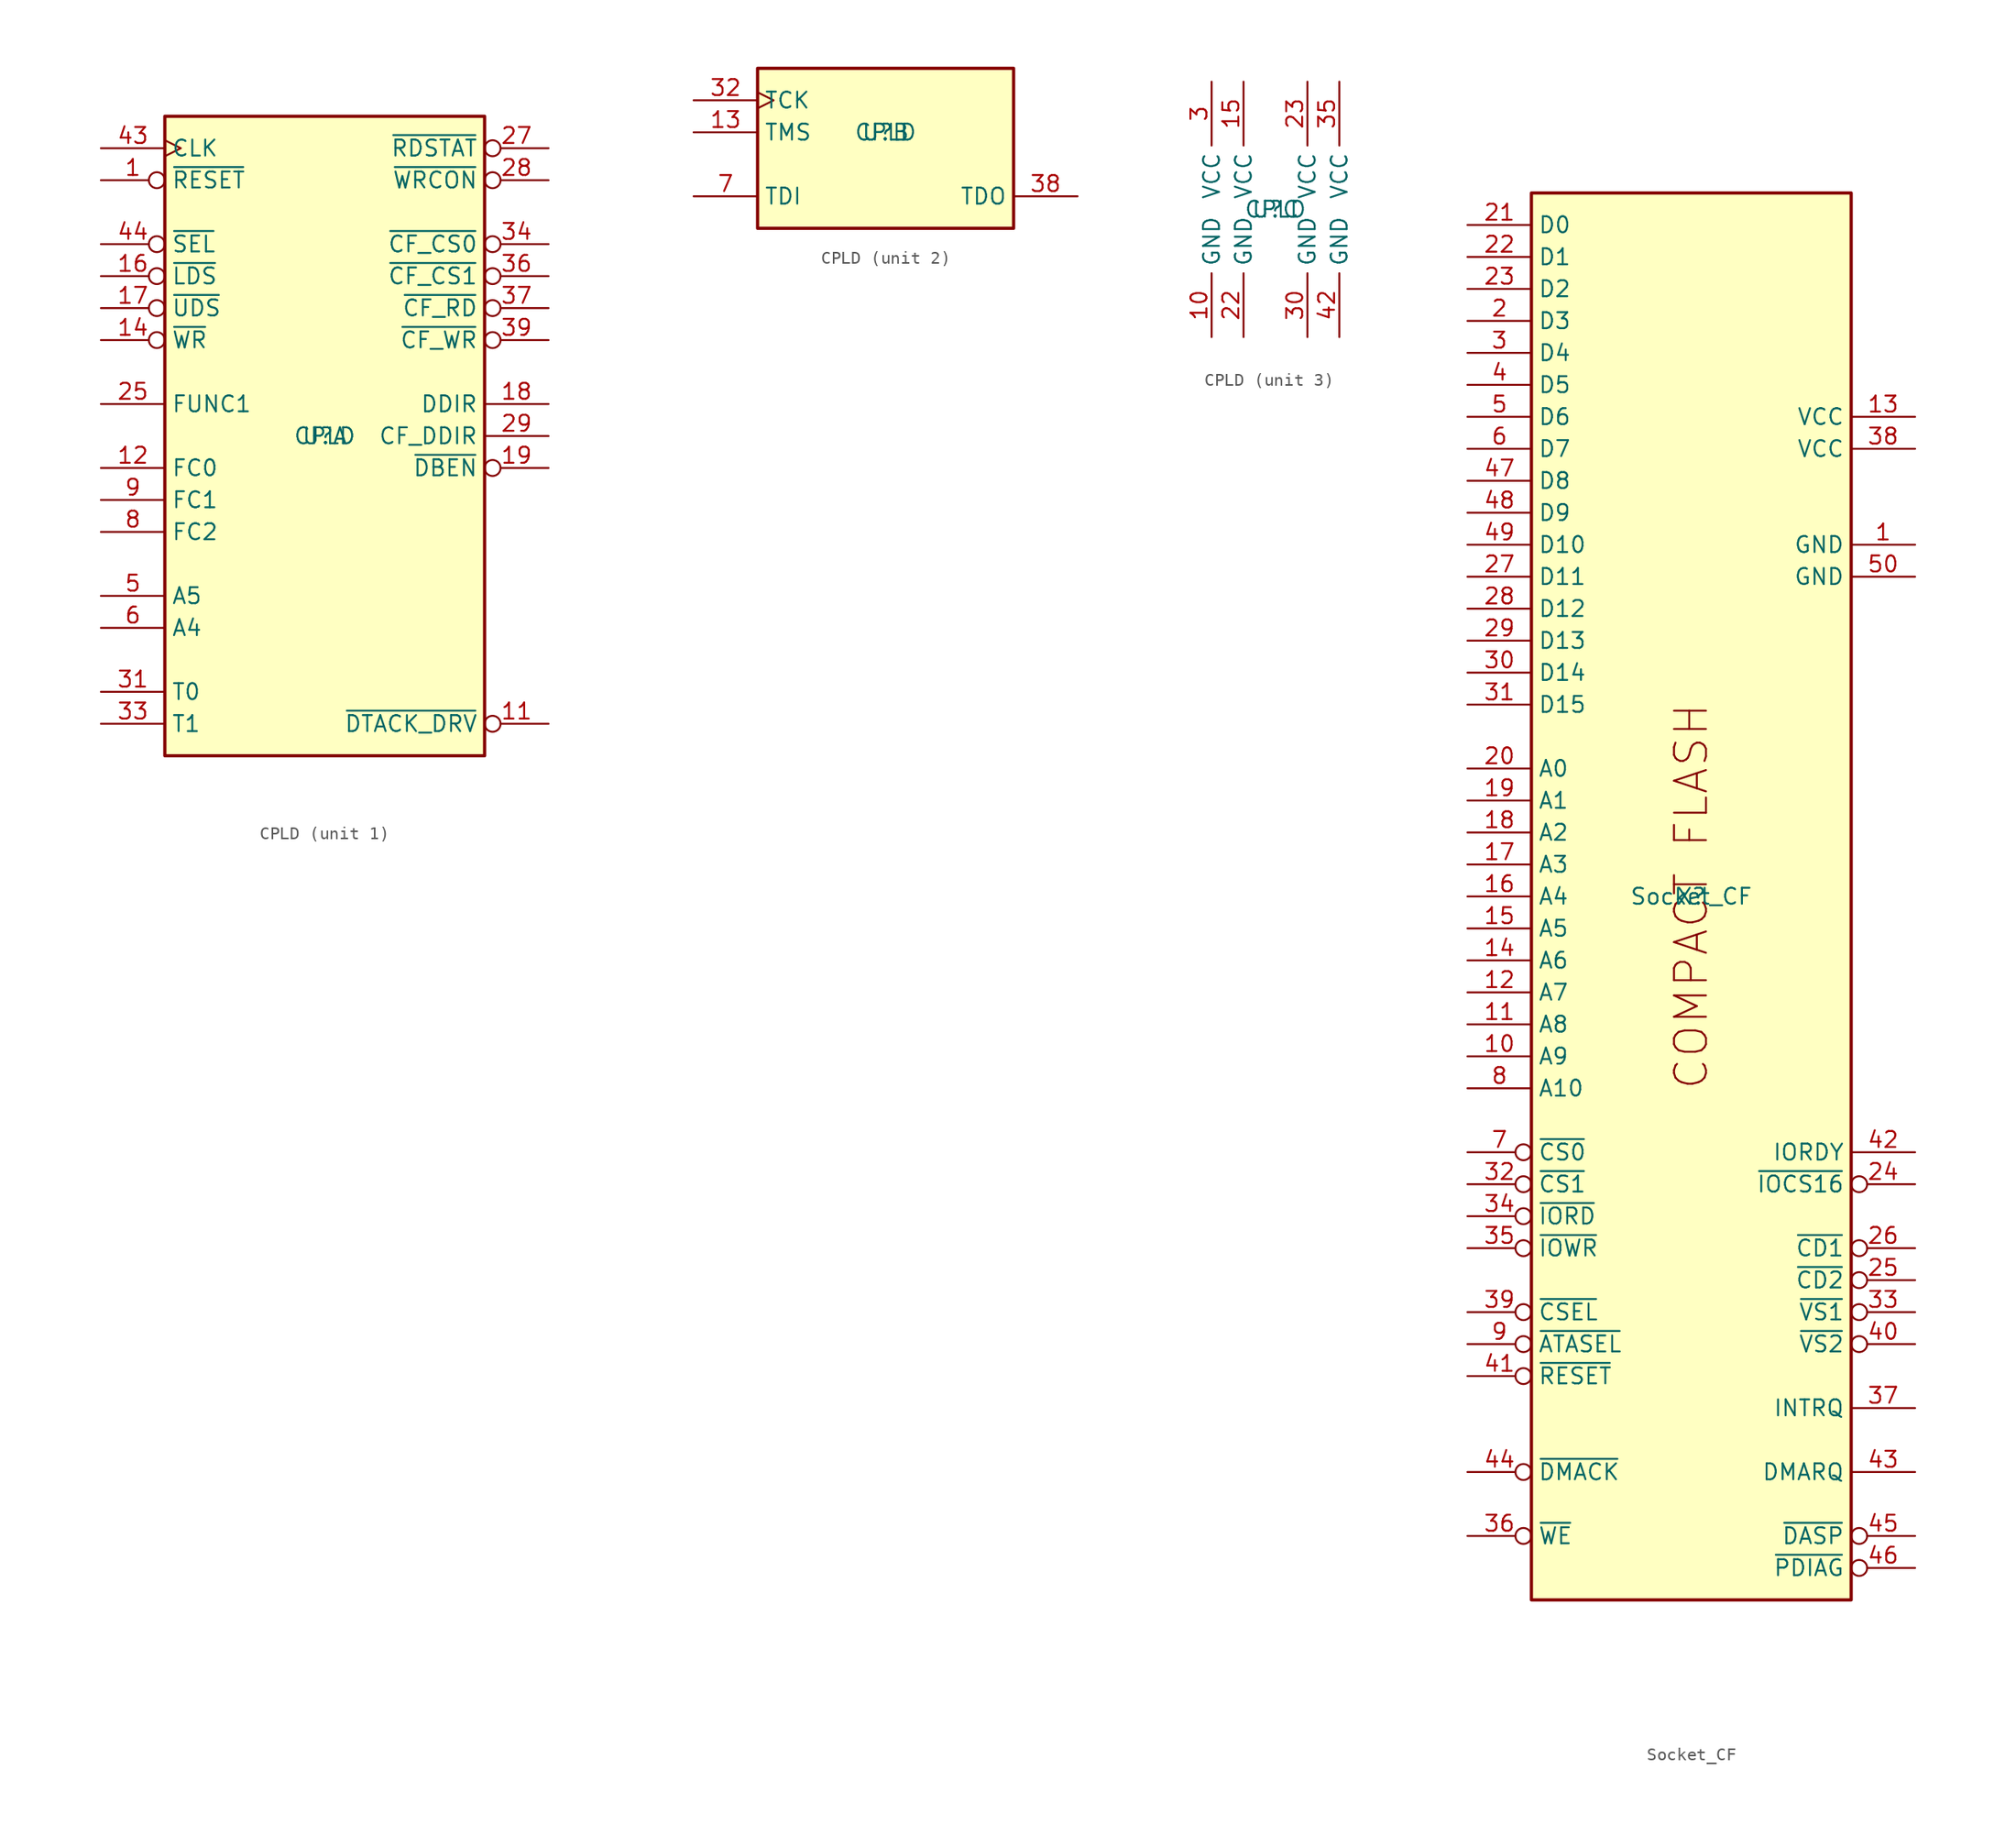
<source format=kicad_sym>
(kicad_symbol_lib
  (version 20220914)
  (generator kicad_symbol_editor)
  (symbol "CPLD"
    (property "Reference" "U"
      (at 0 0 0)
      (effects (font (size 1.27 1.27))))
    (property "Value" "CPLD"
      (at 0 0 0)
      (effects (font (size 1.27 1.27))))
    (property "ki_locked" ""
      (at 0 0 0)
      (effects (font (size 1.27 1.27))))
    (symbol "CPLD_1_1"
      (rectangle (start -12.7 25.4) (end 12.7 -25.4) (stroke (width 0.254) (type default)) (fill (type background)))
      (pin input inverted (at -17.78 20.32 0) (length 5.08) (name "~{RESET}" (effects (font (size 1.27 1.27)))) (number "1" (effects (font (size 1.27 1.27)))))
      (pin output inverted (at 17.78 -22.86 180) (length 5.08) (name "~{DTACK_DRV}" (effects (font (size 1.27 1.27)))) (number "11" (effects (font (size 1.27 1.27)))))
      (pin input line (at -17.78 -2.54 0) (length 5.08) (name "FC0" (effects (font (size 1.27 1.27)))) (number "12" (effects (font (size 1.27 1.27)))))
      (pin input inverted (at -17.78 7.62 0) (length 5.08) (name "~{WR}" (effects (font (size 1.27 1.27)))) (number "14" (effects (font (size 1.27 1.27)))))
      (pin input inverted (at -17.78 12.7 0) (length 5.08) (name "~{LDS}" (effects (font (size 1.27 1.27)))) (number "16" (effects (font (size 1.27 1.27)))))
      (pin input inverted (at -17.78 10.16 0) (length 5.08) (name "~{UDS}" (effects (font (size 1.27 1.27)))) (number "17" (effects (font (size 1.27 1.27)))))
      (pin output line (at 17.78 2.54 180) (length 5.08) (name "DDIR" (effects (font (size 1.27 1.27)))) (number "18" (effects (font (size 1.27 1.27)))))
      (pin output inverted (at 17.78 -2.54 180) (length 5.08) (name "~{DBEN}" (effects (font (size 1.27 1.27)))) (number "19" (effects (font (size 1.27 1.27)))))
      (pin input line (at -17.78 2.54 0) (length 5.08) (name "FUNC1" (effects (font (size 1.27 1.27)))) (number "25" (effects (font (size 1.27 1.27)))))
      (pin output inverted (at 17.78 22.86 180) (length 5.08) (name "~{RDSTAT}" (effects (font (size 1.27 1.27)))) (number "27" (effects (font (size 1.27 1.27)))))
      (pin output inverted (at 17.78 20.32 180) (length 5.08) (name "~{WRCON}" (effects (font (size 1.27 1.27)))) (number "28" (effects (font (size 1.27 1.27)))))
      (pin output line (at 17.78 0 180) (length 5.08) (name "CF_DDIR" (effects (font (size 1.27 1.27)))) (number "29" (effects (font (size 1.27 1.27)))))
      (pin input line (at -17.78 -20.32 0) (length 5.08) (name "T0" (effects (font (size 1.27 1.27)))) (number "31" (effects (font (size 1.27 1.27)))))
      (pin input line (at -17.78 -22.86 0) (length 5.08) (name "T1" (effects (font (size 1.27 1.27)))) (number "33" (effects (font (size 1.27 1.27)))))
      (pin output inverted (at 17.78 15.24 180) (length 5.08) (name "~{CF_CS0}" (effects (font (size 1.27 1.27)))) (number "34" (effects (font (size 1.27 1.27)))))
      (pin output inverted (at 17.78 12.7 180) (length 5.08) (name "~{CF_CS1}" (effects (font (size 1.27 1.27)))) (number "36" (effects (font (size 1.27 1.27)))))
      (pin output inverted (at 17.78 10.16 180) (length 5.08) (name "~{CF_RD}" (effects (font (size 1.27 1.27)))) (number "37" (effects (font (size 1.27 1.27)))))
      (pin output inverted (at 17.78 7.62 180) (length 5.08) (name "~{CF_WR}" (effects (font (size 1.27 1.27)))) (number "39" (effects (font (size 1.27 1.27)))))
      (pin input clock (at -17.78 22.86 0) (length 5.08) (name "CLK" (effects (font (size 1.27 1.27)))) (number "43" (effects (font (size 1.27 1.27)))))
      (pin input inverted (at -17.78 15.24 0) (length 5.08) (name "~{SEL}" (effects (font (size 1.27 1.27)))) (number "44" (effects (font (size 1.27 1.27)))))
      (pin input line (at -17.78 -12.7 0) (length 5.08) (name "A5" (effects (font (size 1.27 1.27)))) (number "5" (effects (font (size 1.27 1.27)))))
      (pin input line (at -17.78 -15.24 0) (length 5.08) (name "A4" (effects (font (size 1.27 1.27)))) (number "6" (effects (font (size 1.27 1.27)))))
      (pin input line (at -17.78 -7.62 0) (length 5.08) (name "FC2" (effects (font (size 1.27 1.27)))) (number "8" (effects (font (size 1.27 1.27)))))
      (pin input line (at -17.78 -5.08 0) (length 5.08) (name "FC1" (effects (font (size 1.27 1.27)))) (number "9" (effects (font (size 1.27 1.27))))))
    (symbol "CPLD_2_1"
      (rectangle (start -10.16 5.08) (end 10.16 -7.62) (stroke (width 0.254) (type default)) (fill (type background)))
      (pin input line (at -15.24 0 0) (length 5.08) (name "TMS" (effects (font (size 1.27 1.27)))) (number "13" (effects (font (size 1.27 1.27)))))
      (pin input clock (at -15.24 2.54 0) (length 5.08) (name "TCK" (effects (font (size 1.27 1.27)))) (number "32" (effects (font (size 1.27 1.27)))))
      (pin output line (at 15.24 -5.08 180) (length 5.08) (name "TDO" (effects (font (size 1.27 1.27)))) (number "38" (effects (font (size 1.27 1.27)))))
      (pin input line (at -15.24 -5.08 0) (length 5.08) (name "TDI" (effects (font (size 1.27 1.27)))) (number "7" (effects (font (size 1.27 1.27))))))
    (symbol "CPLD_3_1"
      (pin power_in line (at -5.08 -10.16 90) (length 5.08) (name "GND" (effects (font (size 1.27 1.27)))) (number "10" (effects (font (size 1.27 1.27)))))
      (pin power_in line (at -2.54 10.16 270) (length 5.08) (name "VCC" (effects (font (size 1.27 1.27)))) (number "15" (effects (font (size 1.27 1.27)))))
      (pin power_in line (at -2.54 -10.16 90) (length 5.08) (name "GND" (effects (font (size 1.27 1.27)))) (number "22" (effects (font (size 1.27 1.27)))))
      (pin power_in line (at 2.54 10.16 270) (length 5.08) (name "VCC" (effects (font (size 1.27 1.27)))) (number "23" (effects (font (size 1.27 1.27)))))
      (pin power_in line (at -5.08 10.16 270) (length 5.08) (name "VCC" (effects (font (size 1.27 1.27)))) (number "3" (effects (font (size 1.27 1.27)))))
      (pin power_in line (at 2.54 -10.16 90) (length 5.08) (name "GND" (effects (font (size 1.27 1.27)))) (number "30" (effects (font (size 1.27 1.27)))))
      (pin power_in line (at 5.08 10.16 270) (length 5.08) (name "VCC" (effects (font (size 1.27 1.27)))) (number "35" (effects (font (size 1.27 1.27)))))
      (pin power_in line (at 5.08 -10.16 90) (length 5.08) (name "GND" (effects (font (size 1.27 1.27)))) (number "42" (effects (font (size 1.27 1.27)))))))
  (symbol "Socket_CF"
    (property "Reference" "X"
      (at 0 0 0)
      (effects (font (size 1.27 1.27))))
    (property "Value" "Socket_CF"
      (at 0 0 0)
      (effects (font (size 1.27 1.27))))
    (symbol "Socket_CF_0_1"
      (rectangle (start -12.7 55.88) (end 12.7 -55.88) (stroke (width 0.254) (type default)) (fill (type background))))
    (symbol "Socket_CF_1_0"
      (text "COMPACT FLASH" (at 0 0 900) (effects (font (size 2.54 2.54)))))
    (symbol "Socket_CF_1_1"
      (pin power_in line (at 17.78 27.94 180) (length 5.08) (name "GND" (effects (font (size 1.27 1.27)))) (number "1" (effects (font (size 1.27 1.27)))))
      (pin input line (at -17.78 -12.7 0) (length 5.08) (name "A9" (effects (font (size 1.27 1.27)))) (number "10" (effects (font (size 1.27 1.27)))))
      (pin input line (at -17.78 -10.16 0) (length 5.08) (name "A8" (effects (font (size 1.27 1.27)))) (number "11" (effects (font (size 1.27 1.27)))))
      (pin input line (at -17.78 -7.62 0) (length 5.08) (name "A7" (effects (font (size 1.27 1.27)))) (number "12" (effects (font (size 1.27 1.27)))))
      (pin power_in line (at 17.78 38.1 180) (length 5.08) (name "VCC" (effects (font (size 1.27 1.27)))) (number "13" (effects (font (size 1.27 1.27)))))
      (pin input line (at -17.78 -5.08 0) (length 5.08) (name "A6" (effects (font (size 1.27 1.27)))) (number "14" (effects (font (size 1.27 1.27)))))
      (pin input line (at -17.78 -2.54 0) (length 5.08) (name "A5" (effects (font (size 1.27 1.27)))) (number "15" (effects (font (size 1.27 1.27)))))
      (pin input line (at -17.78 0 0) (length 5.08) (name "A4" (effects (font (size 1.27 1.27)))) (number "16" (effects (font (size 1.27 1.27)))))
      (pin input line (at -17.78 2.54 0) (length 5.08) (name "A3" (effects (font (size 1.27 1.27)))) (number "17" (effects (font (size 1.27 1.27)))))
      (pin input line (at -17.78 5.08 0) (length 5.08) (name "A2" (effects (font (size 1.27 1.27)))) (number "18" (effects (font (size 1.27 1.27)))))
      (pin input line (at -17.78 7.62 0) (length 5.08) (name "A1" (effects (font (size 1.27 1.27)))) (number "19" (effects (font (size 1.27 1.27)))))
      (pin bidirectional line (at -17.78 45.72 0) (length 5.08) (name "D3" (effects (font (size 1.27 1.27)))) (number "2" (effects (font (size 1.27 1.27)))))
      (pin input line (at -17.78 10.16 0) (length 5.08) (name "A0" (effects (font (size 1.27 1.27)))) (number "20" (effects (font (size 1.27 1.27)))))
      (pin bidirectional line (at -17.78 53.34 0) (length 5.08) (name "D0" (effects (font (size 1.27 1.27)))) (number "21" (effects (font (size 1.27 1.27)))))
      (pin bidirectional line (at -17.78 50.8 0) (length 5.08) (name "D1" (effects (font (size 1.27 1.27)))) (number "22" (effects (font (size 1.27 1.27)))))
      (pin bidirectional line (at -17.78 48.26 0) (length 5.08) (name "D2" (effects (font (size 1.27 1.27)))) (number "23" (effects (font (size 1.27 1.27)))))
      (pin output inverted (at 17.78 -22.86 180) (length 5.08) (name "~{IOCS16}" (effects (font (size 1.27 1.27)))) (number "24" (effects (font (size 1.27 1.27)))))
      (pin output inverted (at 17.78 -30.48 180) (length 5.08) (name "~{CD2}" (effects (font (size 1.27 1.27)))) (number "25" (effects (font (size 1.27 1.27)))))
      (pin output inverted (at 17.78 -27.94 180) (length 5.08) (name "~{CD1}" (effects (font (size 1.27 1.27)))) (number "26" (effects (font (size 1.27 1.27)))))
      (pin bidirectional line (at -17.78 25.4 0) (length 5.08) (name "D11" (effects (font (size 1.27 1.27)))) (number "27" (effects (font (size 1.27 1.27)))))
      (pin bidirectional line (at -17.78 22.86 0) (length 5.08) (name "D12" (effects (font (size 1.27 1.27)))) (number "28" (effects (font (size 1.27 1.27)))))
      (pin bidirectional line (at -17.78 20.32 0) (length 5.08) (name "D13" (effects (font (size 1.27 1.27)))) (number "29" (effects (font (size 1.27 1.27)))))
      (pin bidirectional line (at -17.78 43.18 0) (length 5.08) (name "D4" (effects (font (size 1.27 1.27)))) (number "3" (effects (font (size 1.27 1.27)))))
      (pin bidirectional line (at -17.78 17.78 0) (length 5.08) (name "D14" (effects (font (size 1.27 1.27)))) (number "30" (effects (font (size 1.27 1.27)))))
      (pin bidirectional line (at -17.78 15.24 0) (length 5.08) (name "D15" (effects (font (size 1.27 1.27)))) (number "31" (effects (font (size 1.27 1.27)))))
      (pin input inverted (at -17.78 -22.86 0) (length 5.08) (name "~{CS1}" (effects (font (size 1.27 1.27)))) (number "32" (effects (font (size 1.27 1.27)))))
      (pin output inverted (at 17.78 -33.02 180) (length 5.08) (name "~{VS1}" (effects (font (size 1.27 1.27)))) (number "33" (effects (font (size 1.27 1.27)))))
      (pin input inverted (at -17.78 -25.4 0) (length 5.08) (name "~{IORD}" (effects (font (size 1.27 1.27)))) (number "34" (effects (font (size 1.27 1.27)))))
      (pin input inverted (at -17.78 -27.94 0) (length 5.08) (name "~{IOWR}" (effects (font (size 1.27 1.27)))) (number "35" (effects (font (size 1.27 1.27)))))
      (pin input inverted (at -17.78 -50.8 0) (length 5.08) (name "~{WE}" (effects (font (size 1.27 1.27)))) (number "36" (effects (font (size 1.27 1.27)))))
      (pin output line (at 17.78 -40.64 180) (length 5.08) (name "INTRQ" (effects (font (size 1.27 1.27)))) (number "37" (effects (font (size 1.27 1.27)))))
      (pin power_in line (at 17.78 35.56 180) (length 5.08) (name "VCC" (effects (font (size 1.27 1.27)))) (number "38" (effects (font (size 1.27 1.27)))))
      (pin input inverted (at -17.78 -33.02 0) (length 5.08) (name "~{CSEL}" (effects (font (size 1.27 1.27)))) (number "39" (effects (font (size 1.27 1.27)))))
      (pin bidirectional line (at -17.78 40.64 0) (length 5.08) (name "D5" (effects (font (size 1.27 1.27)))) (number "4" (effects (font (size 1.27 1.27)))))
      (pin output inverted (at 17.78 -35.56 180) (length 5.08) (name "~{VS2}" (effects (font (size 1.27 1.27)))) (number "40" (effects (font (size 1.27 1.27)))))
      (pin input inverted (at -17.78 -38.1 0) (length 5.08) (name "~{RESET}" (effects (font (size 1.27 1.27)))) (number "41" (effects (font (size 1.27 1.27)))))
      (pin output line (at 17.78 -20.32 180) (length 5.08) (name "IORDY" (effects (font (size 1.27 1.27)))) (number "42" (effects (font (size 1.27 1.27)))))
      (pin output line (at 17.78 -45.72 180) (length 5.08) (name "DMARQ" (effects (font (size 1.27 1.27)))) (number "43" (effects (font (size 1.27 1.27)))))
      (pin input inverted (at -17.78 -45.72 0) (length 5.08) (name "~{DMACK}" (effects (font (size 1.27 1.27)))) (number "44" (effects (font (size 1.27 1.27)))))
      (pin bidirectional inverted (at 17.78 -50.8 180) (length 5.08) (name "~{DASP}" (effects (font (size 1.27 1.27)))) (number "45" (effects (font (size 1.27 1.27)))))
      (pin bidirectional inverted (at 17.78 -53.34 180) (length 5.08) (name "~{PDIAG}" (effects (font (size 1.27 1.27)))) (number "46" (effects (font (size 1.27 1.27)))))
      (pin bidirectional line (at -17.78 33.02 0) (length 5.08) (name "D8" (effects (font (size 1.27 1.27)))) (number "47" (effects (font (size 1.27 1.27)))))
      (pin bidirectional line (at -17.78 30.48 0) (length 5.08) (name "D9" (effects (font (size 1.27 1.27)))) (number "48" (effects (font (size 1.27 1.27)))))
      (pin bidirectional line (at -17.78 27.94 0) (length 5.08) (name "D10" (effects (font (size 1.27 1.27)))) (number "49" (effects (font (size 1.27 1.27)))))
      (pin bidirectional line (at -17.78 38.1 0) (length 5.08) (name "D6" (effects (font (size 1.27 1.27)))) (number "5" (effects (font (size 1.27 1.27)))))
      (pin power_in line (at 17.78 25.4 180) (length 5.08) (name "GND" (effects (font (size 1.27 1.27)))) (number "50" (effects (font (size 1.27 1.27)))))
      (pin bidirectional line (at -17.78 35.56 0) (length 5.08) (name "D7" (effects (font (size 1.27 1.27)))) (number "6" (effects (font (size 1.27 1.27)))))
      (pin input inverted (at -17.78 -20.32 0) (length 5.08) (name "~{CS0}" (effects (font (size 1.27 1.27)))) (number "7" (effects (font (size 1.27 1.27)))))
      (pin input line (at -17.78 -15.24 0) (length 5.08) (name "A10" (effects (font (size 1.27 1.27)))) (number "8" (effects (font (size 1.27 1.27)))))
      (pin input inverted (at -17.78 -35.56 0) (length 5.08) (name "~{ATASEL}" (effects (font (size 1.27 1.27)))) (number "9" (effects (font (size 1.27 1.27))))))))
</source>
